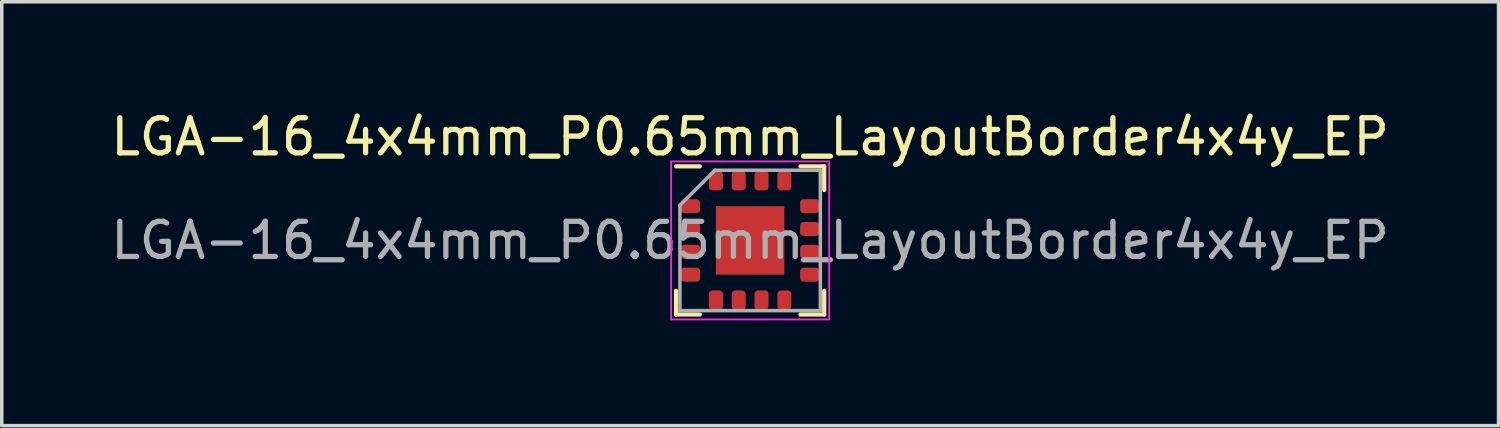
<source format=kicad_pcb>
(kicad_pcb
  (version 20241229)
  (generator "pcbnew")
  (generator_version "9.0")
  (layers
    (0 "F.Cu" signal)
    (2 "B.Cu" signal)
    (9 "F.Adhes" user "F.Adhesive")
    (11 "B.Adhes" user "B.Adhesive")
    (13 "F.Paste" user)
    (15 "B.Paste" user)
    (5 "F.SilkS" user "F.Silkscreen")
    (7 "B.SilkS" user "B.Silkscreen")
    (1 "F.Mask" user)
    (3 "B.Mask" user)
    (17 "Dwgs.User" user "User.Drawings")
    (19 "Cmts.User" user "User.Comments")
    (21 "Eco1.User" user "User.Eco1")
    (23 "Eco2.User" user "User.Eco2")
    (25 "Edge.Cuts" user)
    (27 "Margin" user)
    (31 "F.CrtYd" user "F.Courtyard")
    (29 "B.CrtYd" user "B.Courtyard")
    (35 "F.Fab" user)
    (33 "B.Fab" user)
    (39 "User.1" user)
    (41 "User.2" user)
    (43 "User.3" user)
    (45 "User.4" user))
  (footprint "LGA-16_4x4mm_P0.65mm_LayoutBorder4x4y_EP"
    (layer "F.Cu")
    (at 18.315 3.798)
    (property "Reference" "LGA-16_4x4mm_P0.65mm_LayoutBorder4x4y_EP" (at 0 -2.95 0) (layer "F.SilkS") (effects (font (size 1 1) (thickness 0.15))))
    (attr smd)
    (fp_line (start -2.11 2.11) (end -2.11 1.435) (stroke (width 0.12) (type solid)) (layer "F.SilkS"))
    (fp_line (start -1.435 -2.11) (end -2.11 -2.11) (stroke (width 0.12) (type solid)) (layer "F.SilkS"))
    (fp_line (start -1.435 2.11) (end -2.11 2.11) (stroke (width 0.12) (type solid)) (layer "F.SilkS"))
    (fp_line (start 1.435 -2.11) (end 2.11 -2.11) (stroke (width 0.12) (type solid)) (layer "F.SilkS"))
    (fp_line (start 1.435 2.11) (end 2.11 2.11) (stroke (width 0.12) (type solid)) (layer "F.SilkS"))
    (fp_line (start 2.11 -2.11) (end 2.11 -1.435) (stroke (width 0.12) (type solid)) (layer "F.SilkS"))
    (fp_line (start 2.11 2.11) (end 2.11 1.435) (stroke (width 0.12) (type solid)) (layer "F.SilkS"))
    (fp_line (start -2.25 -2.25) (end -2.25 2.25) (stroke (width 0.05) (type solid)) (layer "F.CrtYd"))
    (fp_line (start -2.25 2.25) (end 2.25 2.25) (stroke (width 0.05) (type solid)) (layer "F.CrtYd"))
    (fp_line (start 2.25 -2.25) (end -2.25 -2.25) (stroke (width 0.05) (type solid)) (layer "F.CrtYd"))
    (fp_line (start 2.25 2.25) (end 2.25 -2.25) (stroke (width 0.05) (type solid)) (layer "F.CrtYd"))
    (fp_line (start -2 -1) (end -1 -2) (stroke (width 0.1) (type solid)) (layer "F.Fab"))
    (fp_line (start -2 2) (end -2 -1) (stroke (width 0.1) (type solid)) (layer "F.Fab"))
    (fp_line (start -1 -2) (end 2 -2) (stroke (width 0.1) (type solid)) (layer "F.Fab"))
    (fp_line (start 2 -2) (end 2 2) (stroke (width 0.1) (type solid)) (layer "F.Fab"))
    (fp_line (start 2 2) (end -2 2) (stroke (width 0.1) (type solid)) (layer "F.Fab"))
    (fp_text user "${REFERENCE}" (at 0 0 0) (layer "F.Fab") (effects (font (size 1 1) (thickness 0.15))))
    (pad "1" smd roundrect (at -1.7 -0.975) (size 0.55 0.4) (layers "F.Cu" "F.Mask" "F.Paste") (roundrect_rratio 0.25))
    (pad "2" smd roundrect (at -1.7 -0.325) (size 0.55 0.4) (layers "F.Cu" "F.Mask" "F.Paste") (roundrect_rratio 0.25))
    (pad "3" smd roundrect (at -1.7 0.325) (size 0.55 0.4) (layers "F.Cu" "F.Mask" "F.Paste") (roundrect_rratio 0.25))
    (pad "4" smd roundrect (at -1.7 0.975) (size 0.55 0.4) (layers "F.Cu" "F.Mask" "F.Paste") (roundrect_rratio 0.25))
    (pad "5" smd roundrect (at -0.975 1.7) (size 0.4 0.55) (layers "F.Cu" "F.Mask" "F.Paste") (roundrect_rratio 0.25))
    (pad "6" smd roundrect (at -0.325 1.7) (size 0.4 0.55) (layers "F.Cu" "F.Mask" "F.Paste") (roundrect_rratio 0.25))
    (pad "7" smd roundrect (at 0.325 1.7) (size 0.4 0.55) (layers "F.Cu" "F.Mask" "F.Paste") (roundrect_rratio 0.25))
    (pad "8" smd roundrect (at 0.975 1.7) (size 0.4 0.55) (layers "F.Cu" "F.Mask" "F.Paste") (roundrect_rratio 0.25))
    (pad "9" smd roundrect (at 1.7 0.975) (size 0.55 0.4) (layers "F.Cu" "F.Mask" "F.Paste") (roundrect_rratio 0.25))
    (pad "10" smd roundrect (at 1.7 0.325) (size 0.55 0.4) (layers "F.Cu" "F.Mask" "F.Paste") (roundrect_rratio 0.25))
    (pad "11" smd roundrect (at 1.7 -0.325) (size 0.55 0.4) (layers "F.Cu" "F.Mask" "F.Paste") (roundrect_rratio 0.25))
    (pad "12" smd roundrect (at 1.7 -0.975) (size 0.55 0.4) (layers "F.Cu" "F.Mask" "F.Paste") (roundrect_rratio 0.25))
    (pad "13" smd roundrect (at 0.975 -1.7) (size 0.4 0.55) (layers "F.Cu" "F.Mask" "F.Paste") (roundrect_rratio 0.25))
    (pad "14" smd roundrect (at 0.325 -1.7) (size 0.4 0.55) (layers "F.Cu" "F.Mask" "F.Paste") (roundrect_rratio 0.25))
    (pad "15" smd roundrect (at -0.325 -1.7) (size 0.4 0.55) (layers "F.Cu" "F.Mask" "F.Paste") (roundrect_rratio 0.25))
    (pad "16" smd roundrect (at -0.975 -1.7) (size 0.4 0.55) (layers "F.Cu" "F.Mask" "F.Paste") (roundrect_rratio 0.25))
    (pad "EP" smd rect (at 0 0) (size 1.95 1.95) (layers "F.Cu" "F.Mask" "F.Paste")))
  (gr_rect
    (start -3 -3)
    (end 39.631 9.073)
    (stroke (width 0.1) (type default))
    (fill no)
    (layer "Edge.Cuts")))
</source>
